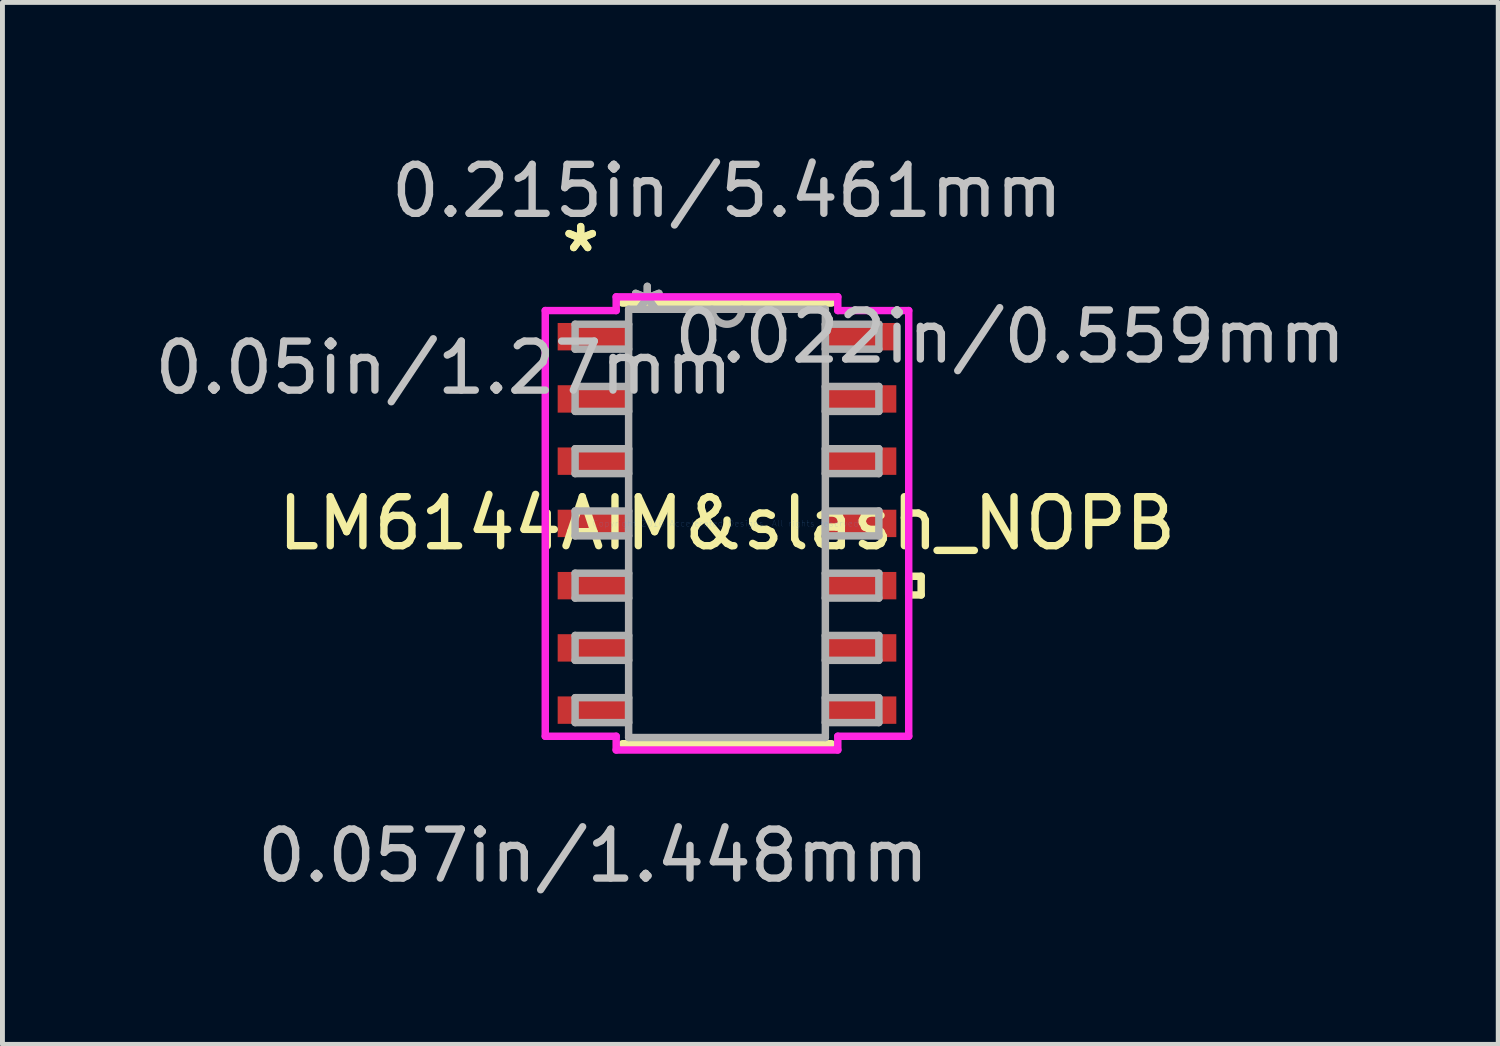
<source format=kicad_pcb>
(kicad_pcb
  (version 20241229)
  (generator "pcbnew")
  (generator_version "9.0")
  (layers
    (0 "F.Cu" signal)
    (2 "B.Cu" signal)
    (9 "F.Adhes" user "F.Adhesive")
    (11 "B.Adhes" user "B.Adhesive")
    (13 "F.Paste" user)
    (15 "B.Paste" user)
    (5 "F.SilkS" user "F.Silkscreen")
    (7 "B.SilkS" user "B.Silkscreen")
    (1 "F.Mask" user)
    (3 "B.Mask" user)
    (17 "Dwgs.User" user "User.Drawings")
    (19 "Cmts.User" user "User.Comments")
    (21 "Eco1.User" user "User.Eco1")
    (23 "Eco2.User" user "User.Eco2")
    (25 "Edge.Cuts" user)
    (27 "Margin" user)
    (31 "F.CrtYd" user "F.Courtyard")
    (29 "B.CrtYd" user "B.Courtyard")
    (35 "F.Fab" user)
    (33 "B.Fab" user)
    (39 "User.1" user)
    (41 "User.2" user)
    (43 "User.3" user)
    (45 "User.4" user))
  (footprint "LM6144AIM&slash_NOPB"
    (layer "F.Cu")
    (at 11.784 7.63)
    (property "Reference" "LM6144AIM&slash_NOPB" (at 0 0 0) (layer "F.SilkS") (effects (font (size 1 1) (thickness 0.15))))
    (attr through_hole)
    (fp_line (start -2.134 4.496) (end 2.134 4.496) (stroke (width 0.152) (type solid)) (layer "F.SilkS"))
    (fp_line (start 2.134 -4.496) (end -2.134 -4.496) (stroke (width 0.152) (type solid)) (layer "F.SilkS"))
    (fp_line (start 3.708 1.079) (end 3.962 1.079) (stroke (width 0.152) (type solid)) (layer "F.SilkS"))
    (fp_line (start 3.708 1.46) (end 3.708 1.079) (stroke (width 0.152) (type solid)) (layer "F.SilkS"))
    (fp_line (start 3.962 1.079) (end 3.962 1.46) (stroke (width 0.152) (type solid)) (layer "F.SilkS"))
    (fp_line (start 3.962 1.46) (end 3.708 1.46) (stroke (width 0.152) (type solid)) (layer "F.SilkS"))
    (fp_line (start -3.708 -4.343) (end -2.261 -4.343) (stroke (width 0.152) (type solid)) (layer "F.CrtYd"))
    (fp_line (start -3.708 4.343) (end -3.708 -4.343) (stroke (width 0.152) (type solid)) (layer "F.CrtYd"))
    (fp_line (start -2.261 -4.623) (end 2.261 -4.623) (stroke (width 0.152) (type solid)) (layer "F.CrtYd"))
    (fp_line (start -2.261 -4.343) (end -2.261 -4.623) (stroke (width 0.152) (type solid)) (layer "F.CrtYd"))
    (fp_line (start -2.261 4.343) (end -3.708 4.343) (stroke (width 0.152) (type solid)) (layer "F.CrtYd"))
    (fp_line (start -2.261 4.623) (end -2.261 4.343) (stroke (width 0.152) (type solid)) (layer "F.CrtYd"))
    (fp_line (start 2.261 -4.623) (end 2.261 -4.343) (stroke (width 0.152) (type solid)) (layer "F.CrtYd"))
    (fp_line (start 2.261 -4.343) (end 3.708 -4.343) (stroke (width 0.152) (type solid)) (layer "F.CrtYd"))
    (fp_line (start 2.261 4.343) (end 2.261 4.623) (stroke (width 0.152) (type solid)) (layer "F.CrtYd"))
    (fp_line (start 2.261 4.623) (end -2.261 4.623) (stroke (width 0.152) (type solid)) (layer "F.CrtYd"))
    (fp_line (start 3.708 -4.343) (end 3.708 4.343) (stroke (width 0.152) (type solid)) (layer "F.CrtYd"))
    (fp_line (start 3.708 4.343) (end 2.261 4.343) (stroke (width 0.152) (type solid)) (layer "F.CrtYd"))
    (fp_line (start -3.099 -4.064) (end -3.099 -3.556) (stroke (width 0.152) (type solid)) (layer "F.Fab"))
    (fp_line (start -3.099 -3.556) (end -2.007 -3.556) (stroke (width 0.152) (type solid)) (layer "F.Fab"))
    (fp_line (start -3.099 -2.794) (end -3.099 -2.286) (stroke (width 0.152) (type solid)) (layer "F.Fab"))
    (fp_line (start -3.099 -2.286) (end -2.007 -2.286) (stroke (width 0.152) (type solid)) (layer "F.Fab"))
    (fp_line (start -3.099 -1.524) (end -3.099 -1.016) (stroke (width 0.152) (type solid)) (layer "F.Fab"))
    (fp_line (start -3.099 -1.016) (end -2.007 -1.016) (stroke (width 0.152) (type solid)) (layer "F.Fab"))
    (fp_line (start -3.099 -0.254) (end -3.099 0.254) (stroke (width 0.152) (type solid)) (layer "F.Fab"))
    (fp_line (start -3.099 0.254) (end -2.007 0.254) (stroke (width 0.152) (type solid)) (layer "F.Fab"))
    (fp_line (start -3.099 1.016) (end -3.099 1.524) (stroke (width 0.152) (type solid)) (layer "F.Fab"))
    (fp_line (start -3.099 1.524) (end -2.007 1.524) (stroke (width 0.152) (type solid)) (layer "F.Fab"))
    (fp_line (start -3.099 2.286) (end -3.099 2.794) (stroke (width 0.152) (type solid)) (layer "F.Fab"))
    (fp_line (start -3.099 2.794) (end -2.007 2.794) (stroke (width 0.152) (type solid)) (layer "F.Fab"))
    (fp_line (start -3.099 3.556) (end -3.099 4.064) (stroke (width 0.152) (type solid)) (layer "F.Fab"))
    (fp_line (start -3.099 4.064) (end -2.007 4.064) (stroke (width 0.152) (type solid)) (layer "F.Fab"))
    (fp_line (start -2.007 -4.369) (end -2.007 4.369) (stroke (width 0.152) (type solid)) (layer "F.Fab"))
    (fp_line (start -2.007 -4.064) (end -3.099 -4.064) (stroke (width 0.152) (type solid)) (layer "F.Fab"))
    (fp_line (start -2.007 -3.556) (end -2.007 -4.064) (stroke (width 0.152) (type solid)) (layer "F.Fab"))
    (fp_line (start -2.007 -2.794) (end -3.099 -2.794) (stroke (width 0.152) (type solid)) (layer "F.Fab"))
    (fp_line (start -2.007 -2.286) (end -2.007 -2.794) (stroke (width 0.152) (type solid)) (layer "F.Fab"))
    (fp_line (start -2.007 -1.524) (end -3.099 -1.524) (stroke (width 0.152) (type solid)) (layer "F.Fab"))
    (fp_line (start -2.007 -1.016) (end -2.007 -1.524) (stroke (width 0.152) (type solid)) (layer "F.Fab"))
    (fp_line (start -2.007 -0.254) (end -3.099 -0.254) (stroke (width 0.152) (type solid)) (layer "F.Fab"))
    (fp_line (start -2.007 0.254) (end -2.007 -0.254) (stroke (width 0.152) (type solid)) (layer "F.Fab"))
    (fp_line (start -2.007 1.016) (end -3.099 1.016) (stroke (width 0.152) (type solid)) (layer "F.Fab"))
    (fp_line (start -2.007 1.524) (end -2.007 1.016) (stroke (width 0.152) (type solid)) (layer "F.Fab"))
    (fp_line (start -2.007 2.286) (end -3.099 2.286) (stroke (width 0.152) (type solid)) (layer "F.Fab"))
    (fp_line (start -2.007 2.794) (end -2.007 2.286) (stroke (width 0.152) (type solid)) (layer "F.Fab"))
    (fp_line (start -2.007 3.556) (end -3.099 3.556) (stroke (width 0.152) (type solid)) (layer "F.Fab"))
    (fp_line (start -2.007 4.064) (end -2.007 3.556) (stroke (width 0.152) (type solid)) (layer "F.Fab"))
    (fp_line (start -2.007 4.369) (end 2.007 4.369) (stroke (width 0.152) (type solid)) (layer "F.Fab"))
    (fp_line (start 2.007 -4.369) (end -2.007 -4.369) (stroke (width 0.152) (type solid)) (layer "F.Fab"))
    (fp_line (start 2.007 -4.064) (end 2.007 -3.556) (stroke (width 0.152) (type solid)) (layer "F.Fab"))
    (fp_line (start 2.007 -3.556) (end 3.099 -3.556) (stroke (width 0.152) (type solid)) (layer "F.Fab"))
    (fp_line (start 2.007 -2.794) (end 2.007 -2.286) (stroke (width 0.152) (type solid)) (layer "F.Fab"))
    (fp_line (start 2.007 -2.286) (end 3.099 -2.286) (stroke (width 0.152) (type solid)) (layer "F.Fab"))
    (fp_line (start 2.007 -1.524) (end 2.007 -1.016) (stroke (width 0.152) (type solid)) (layer "F.Fab"))
    (fp_line (start 2.007 -1.016) (end 3.099 -1.016) (stroke (width 0.152) (type solid)) (layer "F.Fab"))
    (fp_line (start 2.007 -0.254) (end 2.007 0.254) (stroke (width 0.152) (type solid)) (layer "F.Fab"))
    (fp_line (start 2.007 0.254) (end 3.099 0.254) (stroke (width 0.152) (type solid)) (layer "F.Fab"))
    (fp_line (start 2.007 1.016) (end 2.007 1.524) (stroke (width 0.152) (type solid)) (layer "F.Fab"))
    (fp_line (start 2.007 1.524) (end 3.099 1.524) (stroke (width 0.152) (type solid)) (layer "F.Fab"))
    (fp_line (start 2.007 2.286) (end 2.007 2.794) (stroke (width 0.152) (type solid)) (layer "F.Fab"))
    (fp_line (start 2.007 2.794) (end 3.099 2.794) (stroke (width 0.152) (type solid)) (layer "F.Fab"))
    (fp_line (start 2.007 3.556) (end 2.007 4.064) (stroke (width 0.152) (type solid)) (layer "F.Fab"))
    (fp_line (start 2.007 4.064) (end 3.099 4.064) (stroke (width 0.152) (type solid)) (layer "F.Fab"))
    (fp_line (start 2.007 4.369) (end 2.007 -4.369) (stroke (width 0.152) (type solid)) (layer "F.Fab"))
    (fp_line (start 3.099 -4.064) (end 2.007 -4.064) (stroke (width 0.152) (type solid)) (layer "F.Fab"))
    (fp_line (start 3.099 -3.556) (end 3.099 -4.064) (stroke (width 0.152) (type solid)) (layer "F.Fab"))
    (fp_line (start 3.099 -2.794) (end 2.007 -2.794) (stroke (width 0.152) (type solid)) (layer "F.Fab"))
    (fp_line (start 3.099 -2.286) (end 3.099 -2.794) (stroke (width 0.152) (type solid)) (layer "F.Fab"))
    (fp_line (start 3.099 -1.524) (end 2.007 -1.524) (stroke (width 0.152) (type solid)) (layer "F.Fab"))
    (fp_line (start 3.099 -1.016) (end 3.099 -1.524) (stroke (width 0.152) (type solid)) (layer "F.Fab"))
    (fp_line (start 3.099 -0.254) (end 2.007 -0.254) (stroke (width 0.152) (type solid)) (layer "F.Fab"))
    (fp_line (start 3.099 0.254) (end 3.099 -0.254) (stroke (width 0.152) (type solid)) (layer "F.Fab"))
    (fp_line (start 3.099 1.016) (end 2.007 1.016) (stroke (width 0.152) (type solid)) (layer "F.Fab"))
    (fp_line (start 3.099 1.524) (end 3.099 1.016) (stroke (width 0.152) (type solid)) (layer "F.Fab"))
    (fp_line (start 3.099 2.286) (end 2.007 2.286) (stroke (width 0.152) (type solid)) (layer "F.Fab"))
    (fp_line (start 3.099 2.794) (end 3.099 2.286) (stroke (width 0.152) (type solid)) (layer "F.Fab"))
    (fp_line (start 3.099 3.556) (end 2.007 3.556) (stroke (width 0.152) (type solid)) (layer "F.Fab"))
    (fp_line (start 3.099 4.064) (end 3.099 3.556) (stroke (width 0.152) (type solid)) (layer "F.Fab"))
    (fp_arc (start 0.3048 -4.3688) (mid 0 -4.064) (end -0.3048 -4.3688) (stroke (width 0.1524) (type solid)) (layer "F.Fab"))
    (fp_text user "*" (at -2.985 -5.512 0) (layer "F.SilkS") (effects (font (size 1 1) (thickness 0.15))))
    (fp_text user "*" (at -2.985 -5.512 0) (layer "F.SilkS") (effects (font (size 1 1) (thickness 0.15))))
    (fp_text user "0.05in/1.27mm" (at -5.779 -3.175 0) (layer "Dwgs.User") (effects (font (size 1 1) (thickness 0.15))))
    (fp_text user "0.057in/1.448mm" (at -2.731 6.782 0) (layer "Dwgs.User") (effects (font (size 1 1) (thickness 0.15))))
    (fp_text user "0.022in/0.559mm" (at 5.779 -3.81 0) (layer "Dwgs.User") (effects (font (size 1 1) (thickness 0.15))))
    (fp_text user "0.215in/5.461mm" (at 0 -6.782 0) (layer "Dwgs.User") (effects (font (size 1 1) (thickness 0.15))))
    (fp_text user "Copyright 2016 Accelerated Designs. All rights reserved." (at 0 0 0) (layer "Cmts.User") (effects (font (size 0.127 0.127) (thickness 0.002))))
    (fp_text user "*" (at -1.626 -4.293 0) (layer "F.Fab") (effects (font (size 1 1) (thickness 0.15))))
    (fp_text user "*" (at -1.626 -4.293 0) (layer "F.Fab") (effects (font (size 1 1) (thickness 0.15))))
    (pad "1" smd rect (at -2.731 -3.81) (size 1.448 0.559) (layers "F.Cu" "F.Mask" "F.Paste"))
    (pad "2" smd rect (at -2.731 -2.54) (size 1.448 0.559) (layers "F.Cu" "F.Mask" "F.Paste"))
    (pad "3" smd rect (at -2.731 -1.27) (size 1.448 0.559) (layers "F.Cu" "F.Mask" "F.Paste"))
    (pad "4" smd rect (at -2.731 0) (size 1.448 0.559) (layers "F.Cu" "F.Mask" "F.Paste"))
    (pad "5" smd rect (at -2.731 1.27) (size 1.448 0.559) (layers "F.Cu" "F.Mask" "F.Paste"))
    (pad "6" smd rect (at -2.731 2.54) (size 1.448 0.559) (layers "F.Cu" "F.Mask" "F.Paste"))
    (pad "7" smd rect (at -2.731 3.81) (size 1.448 0.559) (layers "F.Cu" "F.Mask" "F.Paste"))
    (pad "8" smd rect (at 2.731 3.81) (size 1.448 0.559) (layers "F.Cu" "F.Mask" "F.Paste"))
    (pad "9" smd rect (at 2.731 2.54) (size 1.448 0.559) (layers "F.Cu" "F.Mask" "F.Paste"))
    (pad "10" smd rect (at 2.731 1.27) (size 1.448 0.559) (layers "F.Cu" "F.Mask" "F.Paste"))
    (pad "11" smd rect (at 2.731 0) (size 1.448 0.559) (layers "F.Cu" "F.Mask" "F.Paste"))
    (pad "12" smd rect (at 2.731 -1.27) (size 1.448 0.559) (layers "F.Cu" "F.Mask" "F.Paste"))
    (pad "13" smd rect (at 2.731 -2.54) (size 1.448 0.559) (layers "F.Cu" "F.Mask" "F.Paste"))
    (pad "14" smd rect (at 2.731 -3.81) (size 1.448 0.559) (layers "F.Cu" "F.Mask" "F.Paste")))
  (gr_rect
    (start -3 -3)
    (end 27.521 18.26)
    (stroke (width 0.1) (type default))
    (fill no)
    (layer "Edge.Cuts")))
</source>
